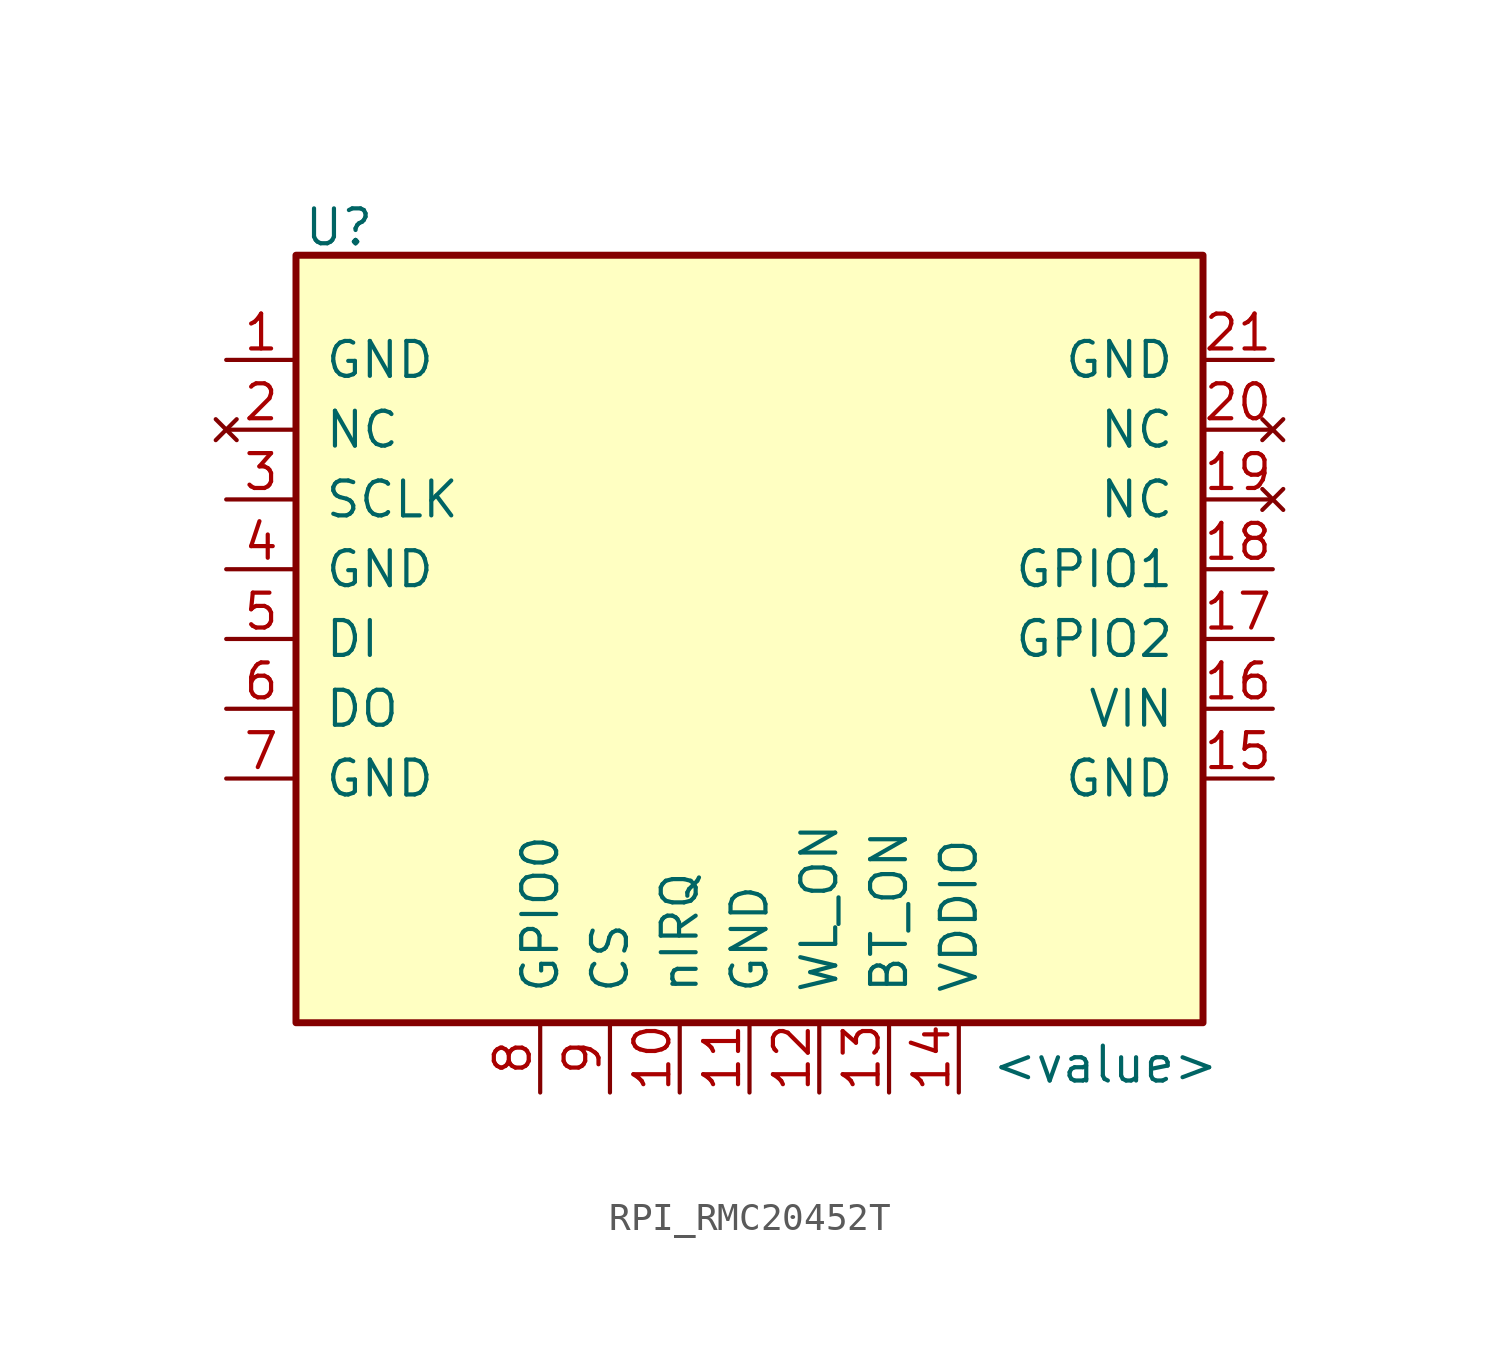
<source format=kicad_sym>
(kicad_symbol_lib
  (version 20241209)
  (generator "kicad_symbol_editor")
  (generator_version "9.0")
  (symbol "RPI_RMC20452T"
    (pin_names
      (offset 1.016))
    (property "Reference" "U"
      (at -16.256 14.986 0)
      (effects (font (size 1.27 1.27)) (justify left)))
    (property "Value" "<value>"
      (at 12.954 -15.494 0)
      (effects (font (size 1.27 1.27))))
    (symbol "RPI_RMC20452T_1_0"
      (pin output line (at -19.05 -2.54 0) (length 2.54) (name "DO" (effects (font (size 1.27 1.27)))) (number "6" (effects (font (size 1.27 1.27)))))
      (pin power_in line (at -19.05 -5.08 0) (length 2.54) (name "GND" (effects (font (size 1.27 1.27)))) (number "7" (effects (font (size 1.27 1.27)))))
      (pin bidirectional line (at -7.62 -16.51 90) (length 2.54) (name "GPIO0" (effects (font (size 1.27 1.27)))) (number "8" (effects (font (size 1.27 1.27)))))
      (pin input line (at -5.08 -16.51 90) (length 2.54) (name "CS" (effects (font (size 1.27 1.27)))) (number "9" (effects (font (size 1.27 1.27)))))
      (pin output line (at -2.54 -16.51 90) (length 2.54) (name "nIRQ" (effects (font (size 1.27 1.27)))) (number "10" (effects (font (size 1.27 1.27)))))
      (pin power_in line (at 0 -16.51 90) (length 2.54) (name "GND" (effects (font (size 1.27 1.27)))) (number "11" (effects (font (size 1.27 1.27)))))
      (pin input line (at 2.54 -16.51 90) (length 2.54) (name "WL_ON" (effects (font (size 1.27 1.27)))) (number "12" (effects (font (size 1.27 1.27)))))
      (pin input line (at 5.08 -16.51 90) (length 2.54) (name "BT_ON" (effects (font (size 1.27 1.27)))) (number "13" (effects (font (size 1.27 1.27)))))
      (pin power_in line (at 7.62 -16.51 90) (length 2.54) (name "VDDIO" (effects (font (size 1.27 1.27)))) (number "14" (effects (font (size 1.27 1.27)))))
      (pin power_in line (at 19.05 10.16 180) (length 2.54) (name "GND" (effects (font (size 1.27 1.27)))) (number "21" (effects (font (size 1.27 1.27)))))
      (pin bidirectional line (at 19.05 2.54 180) (length 2.54) (name "GPIO1" (effects (font (size 1.27 1.27)))) (number "18" (effects (font (size 1.27 1.27)))))
      (pin bidirectional line (at 19.05 0 180) (length 2.54) (name "GPIO2" (effects (font (size 1.27 1.27)))) (number "17" (effects (font (size 1.27 1.27)))))
      (pin power_in line (at 19.05 -2.54 180) (length 2.54) (name "VIN" (effects (font (size 1.27 1.27)))) (number "16" (effects (font (size 1.27 1.27)))))
      (pin power_in line (at 19.05 -5.08 180) (length 2.54) (name "GND" (effects (font (size 1.27 1.27)))) (number "15" (effects (font (size 1.27 1.27))))))
    (symbol "RPI_RMC20452T_1_1"
      (rectangle (start -16.51 13.97) (end 16.51 -13.97) (stroke (width 0.254) (type default)) (fill (type background)))
      (pin power_in line (at -19.05 10.16 0) (length 2.54) (name "GND" (effects (font (size 1.27 1.27)))) (number "1" (effects (font (size 1.27 1.27)))))
      (pin no_connect line (at -19.05 7.62 0) (length 2.54) (name "NC" (effects (font (size 1.27 1.27)))) (number "2" (effects (font (size 1.27 1.27)))))
      (pin input line (at -19.05 5.08 0) (length 2.54) (name "SCLK" (effects (font (size 1.27 1.27)))) (number "3" (effects (font (size 1.27 1.27)))))
      (pin power_in line (at -19.05 2.54 0) (length 2.54) (name "GND" (effects (font (size 1.27 1.27)))) (number "4" (effects (font (size 1.27 1.27)))))
      (pin input line (at -19.05 0 0) (length 2.54) (name "DI" (effects (font (size 1.27 1.27)))) (number "5" (effects (font (size 1.27 1.27)))))
      (pin no_connect line (at 19.05 7.62 180) (length 2.54) (name "NC" (effects (font (size 1.27 1.27)))) (number "20" (effects (font (size 1.27 1.27)))))
      (pin no_connect line (at 19.05 5.08 180) (length 2.54) (name "NC" (effects (font (size 1.27 1.27)))) (number "19" (effects (font (size 1.27 1.27))))))))
</source>
